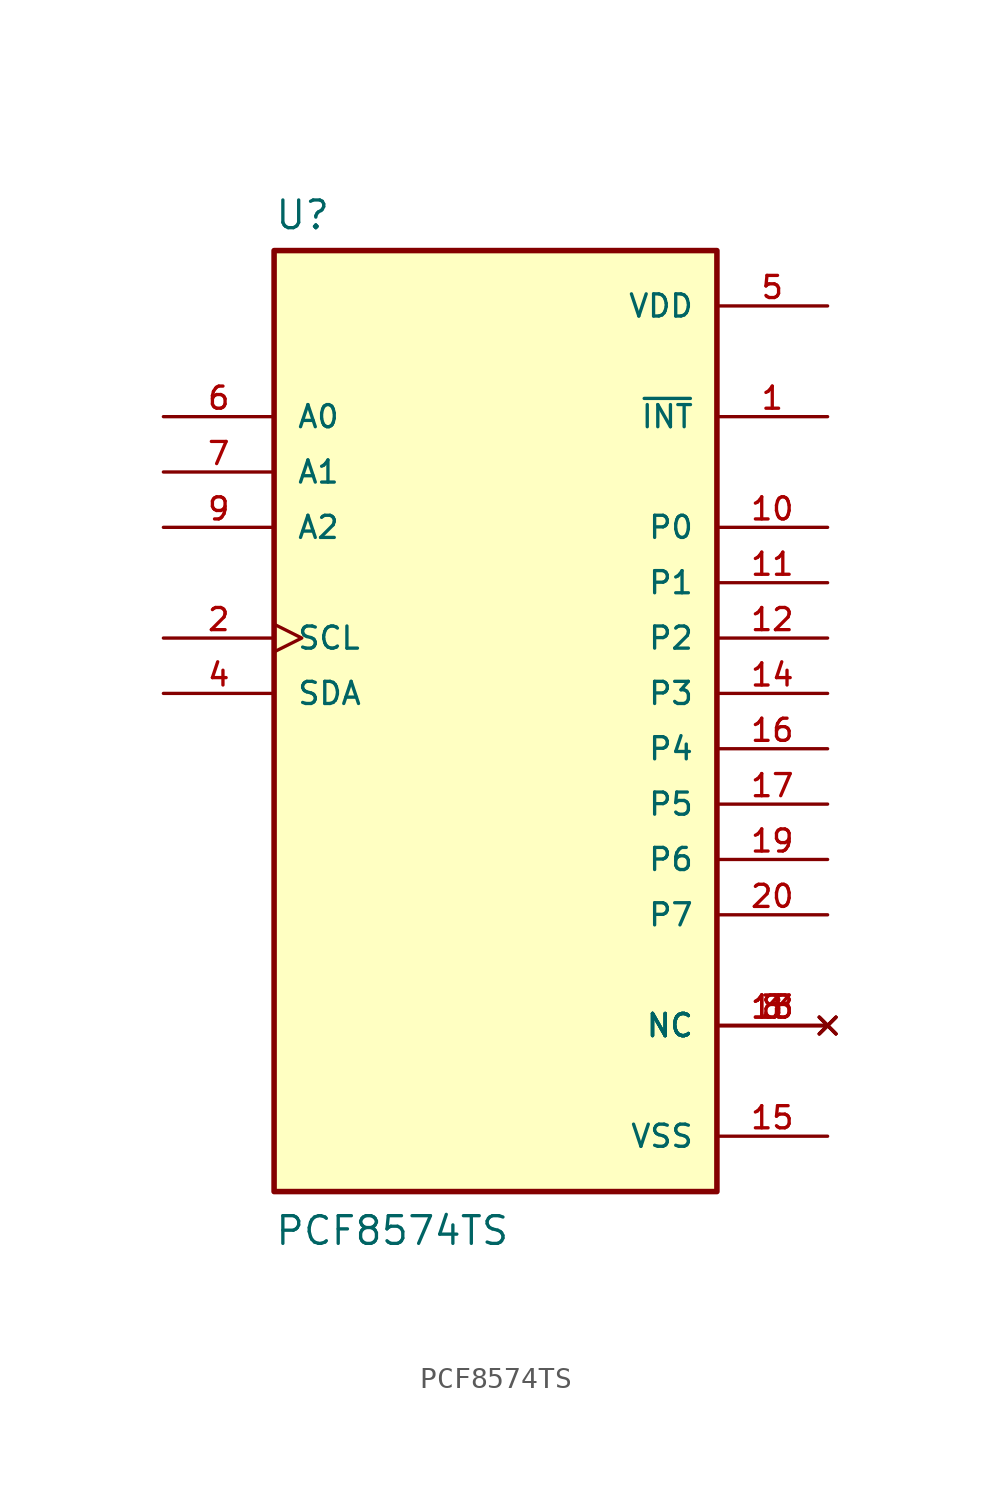
<source format=kicad_sym>
(kicad_symbol_lib
  (version 20211014)
  (generator kicad_symbol_editor)
  (symbol "PCF8574TS"
    (pin_names
      (offset 1.016))
    (property "Reference" "U"
      (at -10.16 21.209 0)
      (effects (font (size 1.27 1.27)) (justify bottom left)))
    (property "Value" "PCF8574TS"
      (at -10.16 -25.4 0)
      (effects (font (size 1.27 1.27)) (justify bottom left)))
    (symbol "PCF8574TS_0_0"
      (rectangle (start -10.16 -22.86) (end 10.16 20.32) (stroke (width 0.254)) (fill (type background)))
      (pin input line (at -15.24 12.7 0) (length 5.08) (name "A0" (effects (font (size 1.016 1.016)))) (number "6" (effects (font (size 1.016 1.016)))))
      (pin bidirectional line (at 15.24 7.62 180.0) (length 5.08) (name "P0" (effects (font (size 1.016 1.016)))) (number "10" (effects (font (size 1.016 1.016)))))
      (pin power_in line (at 15.24 -20.32 180.0) (length 5.08) (name "VSS" (effects (font (size 1.016 1.016)))) (number "15" (effects (font (size 1.016 1.016)))))
      (pin output line (at 15.24 12.7 180.0) (length 5.08) (name "~{INT}" (effects (font (size 1.016 1.016)))) (number "1" (effects (font (size 1.016 1.016)))))
      (pin input clock (at -15.24 2.54 0) (length 5.08) (name "SCL" (effects (font (size 1.016 1.016)))) (number "2" (effects (font (size 1.016 1.016)))))
      (pin bidirectional line (at -15.24 0.0 0) (length 5.08) (name "SDA" (effects (font (size 1.016 1.016)))) (number "4" (effects (font (size 1.016 1.016)))))
      (pin power_in line (at 15.24 17.78 180.0) (length 5.08) (name "VDD" (effects (font (size 1.016 1.016)))) (number "5" (effects (font (size 1.016 1.016)))))
      (pin no_connect line (at 15.24 -15.24 180.0) (length 5.08) (name "NC" (effects (font (size 1.016 1.016)))) (number "3" (effects (font (size 1.016 1.016)))))
      (pin no_connect line (at 15.24 -15.24 180.0) (length 5.08) (name "NC" (effects (font (size 1.016 1.016)))) (number "8" (effects (font (size 1.016 1.016)))))
      (pin no_connect line (at 15.24 -15.24 180.0) (length 5.08) (name "NC" (effects (font (size 1.016 1.016)))) (number "13" (effects (font (size 1.016 1.016)))))
      (pin no_connect line (at 15.24 -15.24 180.0) (length 5.08) (name "NC" (effects (font (size 1.016 1.016)))) (number "18" (effects (font (size 1.016 1.016)))))
      (pin input line (at -15.24 10.16 0) (length 5.08) (name "A1" (effects (font (size 1.016 1.016)))) (number "7" (effects (font (size 1.016 1.016)))))
      (pin input line (at -15.24 7.62 0) (length 5.08) (name "A2" (effects (font (size 1.016 1.016)))) (number "9" (effects (font (size 1.016 1.016)))))
      (pin bidirectional line (at 15.24 5.08 180.0) (length 5.08) (name "P1" (effects (font (size 1.016 1.016)))) (number "11" (effects (font (size 1.016 1.016)))))
      (pin bidirectional line (at 15.24 2.54 180.0) (length 5.08) (name "P2" (effects (font (size 1.016 1.016)))) (number "12" (effects (font (size 1.016 1.016)))))
      (pin bidirectional line (at 15.24 0.0 180.0) (length 5.08) (name "P3" (effects (font (size 1.016 1.016)))) (number "14" (effects (font (size 1.016 1.016)))))
      (pin bidirectional line (at 15.24 -2.54 180.0) (length 5.08) (name "P4" (effects (font (size 1.016 1.016)))) (number "16" (effects (font (size 1.016 1.016)))))
      (pin bidirectional line (at 15.24 -5.08 180.0) (length 5.08) (name "P5" (effects (font (size 1.016 1.016)))) (number "17" (effects (font (size 1.016 1.016)))))
      (pin bidirectional line (at 15.24 -7.62 180.0) (length 5.08) (name "P6" (effects (font (size 1.016 1.016)))) (number "19" (effects (font (size 1.016 1.016)))))
      (pin bidirectional line (at 15.24 -10.16 180.0) (length 5.08) (name "P7" (effects (font (size 1.016 1.016)))) (number "20" (effects (font (size 1.016 1.016))))))))
</source>
